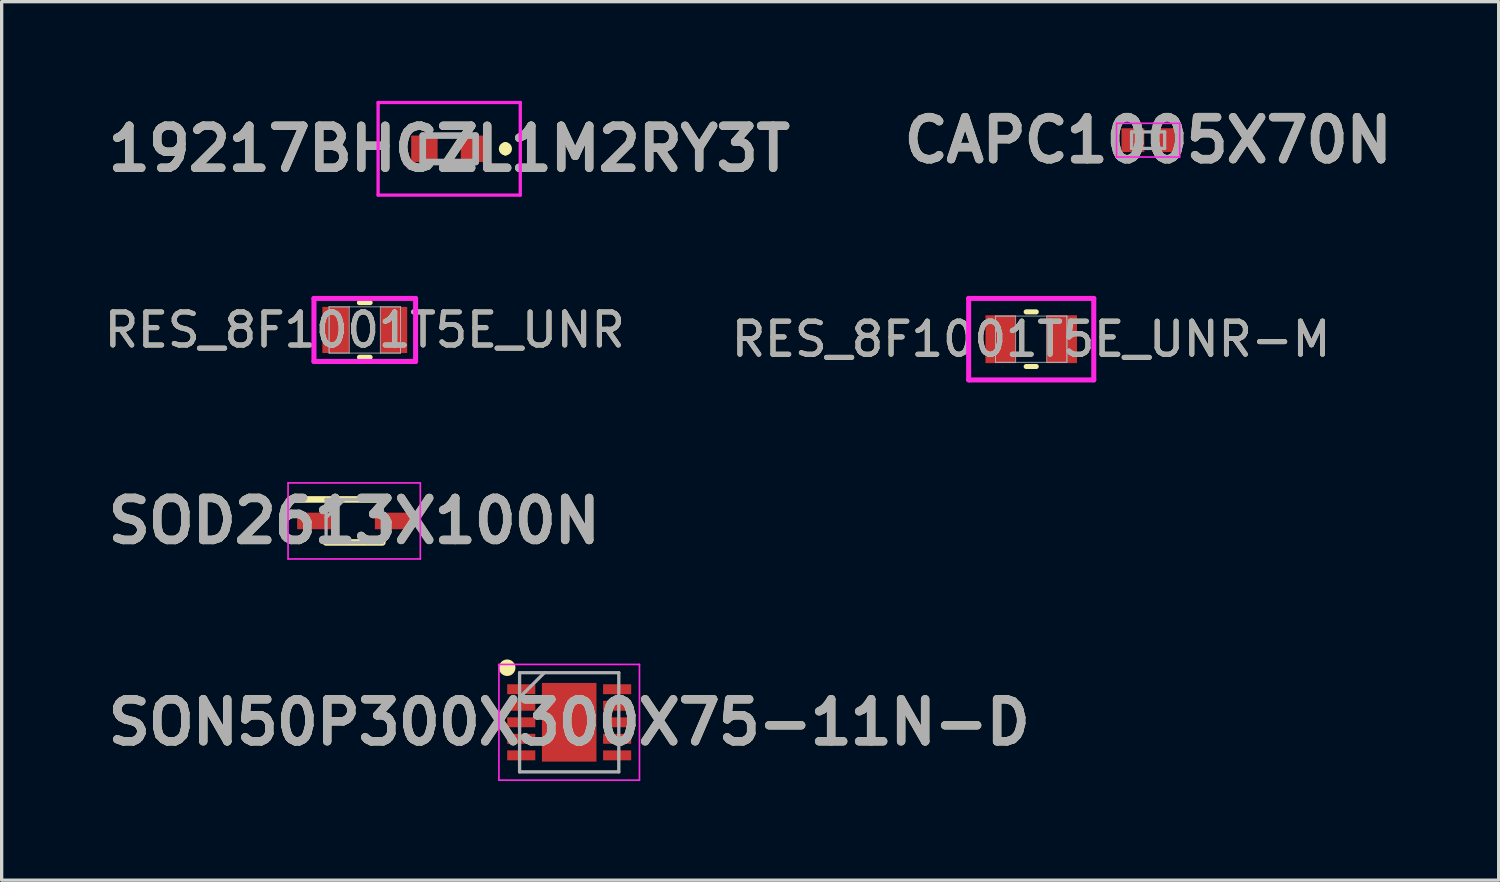
<source format=kicad_pcb>
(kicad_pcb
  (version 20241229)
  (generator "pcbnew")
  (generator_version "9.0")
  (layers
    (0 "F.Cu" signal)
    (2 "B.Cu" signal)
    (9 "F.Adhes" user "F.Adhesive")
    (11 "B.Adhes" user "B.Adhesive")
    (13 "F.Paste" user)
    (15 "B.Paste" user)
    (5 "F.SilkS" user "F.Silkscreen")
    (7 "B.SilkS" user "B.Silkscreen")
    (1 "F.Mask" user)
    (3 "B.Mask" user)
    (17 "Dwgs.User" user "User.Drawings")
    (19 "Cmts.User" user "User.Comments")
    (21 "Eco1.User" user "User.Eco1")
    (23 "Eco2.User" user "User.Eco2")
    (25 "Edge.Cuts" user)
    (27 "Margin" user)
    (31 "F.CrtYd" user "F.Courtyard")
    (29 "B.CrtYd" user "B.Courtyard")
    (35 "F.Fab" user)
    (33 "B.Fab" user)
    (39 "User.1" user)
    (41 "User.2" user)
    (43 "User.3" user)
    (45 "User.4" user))
  (footprint "19217BHCZL1M2RY3T"
    (layer "F.Cu")
    (at 10.535 1.45)
    (property "Reference" "19217BHCZL1M2RY3T" (at 0 0 0) (layer "F.SilkS") (effects (font (size 1.27 1.27) (thickness 0.254))))
    (attr smd)
    (fp_line (start 1.7 -0.1) (end 1.7 -0.1) (stroke (width 0.2) (type solid)) (layer "F.SilkS"))
    (fp_line (start 1.7 0.1) (end 1.7 0.1) (stroke (width 0.2) (type solid)) (layer "F.SilkS"))
    (fp_arc (start 1.7 -0.1) (mid 1.8 0) (end 1.7 0.1) (stroke (width 0.2) (type solid)) (layer "F.SilkS"))
    (fp_arc (start 1.7 0.1) (mid 1.6 0) (end 1.7 -0.1) (stroke (width 0.2) (type solid)) (layer "F.SilkS"))
    (fp_line (start -2.15 -1.4) (end -2.15 1.4) (stroke (width 0.1) (type solid)) (layer "F.CrtYd"))
    (fp_line (start -2.15 1.4) (end 2.15 1.4) (stroke (width 0.1) (type solid)) (layer "F.CrtYd"))
    (fp_line (start 2.15 -1.4) (end -2.15 -1.4) (stroke (width 0.1) (type solid)) (layer "F.CrtYd"))
    (fp_line (start 2.15 1.4) (end 2.15 -1.4) (stroke (width 0.1) (type solid)) (layer "F.CrtYd"))
    (fp_line (start -0.8 -0.4) (end -0.8 0.4) (stroke (width 0.2) (type solid)) (layer "F.Fab"))
    (fp_line (start -0.8 0.4) (end 0.8 0.4) (stroke (width 0.2) (type solid)) (layer "F.Fab"))
    (fp_line (start 0.8 -0.4) (end -0.8 -0.4) (stroke (width 0.2) (type solid)) (layer "F.Fab"))
    (fp_line (start 0.8 0.4) (end 0.8 -0.4) (stroke (width 0.2) (type solid)) (layer "F.Fab"))
    (fp_text user "${REFERENCE}" (at 0 0 0) (layer "F.Fab") (effects (font (size 1.27 1.27) (thickness 0.254))))
    (pad "1" smd rect (at 0.75 0 90) (size 0.8 0.8) (layers "F.Cu" "F.Mask" "F.Paste"))
    (pad "2" smd rect (at -0.75 0 90) (size 0.8 0.8) (layers "F.Cu" "F.Mask" "F.Paste")))
  (footprint "SON50P300X300X75-11N-D"
    (layer "F.Cu")
    (at 14.164 18.794)
    (property "Reference" "SON50P300X300X75-11N-D" (at 0 0 0) (layer "F.SilkS") (effects (font (size 1.27 1.27) (thickness 0.254))))
    (attr smd)
    (fp_circle (center -1.875 -1.65) (end -1.875 -1.525) (stroke (width 0.25) (type solid)) (fill no) (layer "F.SilkS"))
    (fp_line (start -2.125 -1.75) (end 2.125 -1.75) (stroke (width 0.05) (type solid)) (layer "F.CrtYd"))
    (fp_line (start -2.125 1.75) (end -2.125 -1.75) (stroke (width 0.05) (type solid)) (layer "F.CrtYd"))
    (fp_line (start 2.125 -1.75) (end 2.125 1.75) (stroke (width 0.05) (type solid)) (layer "F.CrtYd"))
    (fp_line (start 2.125 1.75) (end -2.125 1.75) (stroke (width 0.05) (type solid)) (layer "F.CrtYd"))
    (fp_line (start -1.5 -1.5) (end 1.5 -1.5) (stroke (width 0.1) (type solid)) (layer "F.Fab"))
    (fp_line (start -1.5 -0.75) (end -0.75 -1.5) (stroke (width 0.1) (type solid)) (layer "F.Fab"))
    (fp_line (start -1.5 1.5) (end -1.5 -1.5) (stroke (width 0.1) (type solid)) (layer "F.Fab"))
    (fp_line (start 1.5 -1.5) (end 1.5 1.5) (stroke (width 0.1) (type solid)) (layer "F.Fab"))
    (fp_line (start 1.5 1.5) (end -1.5 1.5) (stroke (width 0.1) (type solid)) (layer "F.Fab"))
    (fp_text user "${REFERENCE}" (at 0 0 0) (layer "F.Fab") (effects (font (size 1.27 1.27) (thickness 0.254))))
    (pad "1" smd rect (at -1.45 -1 90) (size 0.3 0.85) (layers "F.Cu" "F.Mask" "F.Paste"))
    (pad "2" smd rect (at -1.45 -0.5 90) (size 0.3 0.85) (layers "F.Cu" "F.Mask" "F.Paste"))
    (pad "3" smd rect (at -1.45 0 90) (size 0.3 0.85) (layers "F.Cu" "F.Mask" "F.Paste"))
    (pad "4" smd rect (at -1.45 0.5 90) (size 0.3 0.85) (layers "F.Cu" "F.Mask" "F.Paste"))
    (pad "5" smd rect (at -1.45 1 90) (size 0.3 0.85) (layers "F.Cu" "F.Mask" "F.Paste"))
    (pad "6" smd rect (at 1.45 1 90) (size 0.3 0.85) (layers "F.Cu" "F.Mask" "F.Paste"))
    (pad "7" smd rect (at 1.45 0.5 90) (size 0.3 0.85) (layers "F.Cu" "F.Mask" "F.Paste"))
    (pad "8" smd rect (at 1.45 0 90) (size 0.3 0.85) (layers "F.Cu" "F.Mask" "F.Paste"))
    (pad "9" smd rect (at 1.45 -0.5 90) (size 0.3 0.85) (layers "F.Cu" "F.Mask" "F.Paste"))
    (pad "10" smd rect (at 1.45 -1 90) (size 0.3 0.85) (layers "F.Cu" "F.Mask" "F.Paste"))
    (pad "11" smd rect (at 0 0) (size 1.65 2.38) (layers "F.Cu" "F.Mask" "F.Paste")))
  (footprint "SOD2613X100N"
    (layer "F.Cu")
    (at 7.662 12.705)
    (property "Reference" "SOD2613X100N" (at 0 0 0) (layer "F.SilkS") (effects (font (size 1.27 1.27) (thickness 0.254))))
    (attr smd)
    (fp_line (start -1.725 -0.65) (end 0.85 -0.65) (stroke (width 0.2) (type solid)) (layer "F.SilkS"))
    (fp_line (start -0.85 0.65) (end 0.85 0.65) (stroke (width 0.2) (type solid)) (layer "F.SilkS"))
    (fp_line (start -2 -1.15) (end 2 -1.15) (stroke (width 0.05) (type solid)) (layer "F.CrtYd"))
    (fp_line (start -2 1.15) (end -2 -1.15) (stroke (width 0.05) (type solid)) (layer "F.CrtYd"))
    (fp_line (start 2 -1.15) (end 2 1.15) (stroke (width 0.05) (type solid)) (layer "F.CrtYd"))
    (fp_line (start 2 1.15) (end -2 1.15) (stroke (width 0.05) (type solid)) (layer "F.CrtYd"))
    (fp_line (start -0.85 -0.65) (end 0.85 -0.65) (stroke (width 0.1) (type solid)) (layer "F.Fab"))
    (fp_line (start -0.85 -0.1) (end -0.3 -0.65) (stroke (width 0.1) (type solid)) (layer "F.Fab"))
    (fp_line (start -0.85 0.65) (end -0.85 -0.65) (stroke (width 0.1) (type solid)) (layer "F.Fab"))
    (fp_line (start 0.85 -0.65) (end 0.85 0.65) (stroke (width 0.1) (type solid)) (layer "F.Fab"))
    (fp_line (start 0.85 0.65) (end -0.85 0.65) (stroke (width 0.1) (type solid)) (layer "F.Fab"))
    (fp_text user "${REFERENCE}" (at 0 0 0) (layer "F.Fab") (effects (font (size 1.27 1.27) (thickness 0.254))))
    (pad "1" smd rect (at -1.175 0 90) (size 0.5 1.1) (layers "F.Cu" "F.Mask" "F.Paste"))
    (pad "2" smd rect (at 1.175 0 90) (size 0.5 1.1) (layers "F.Cu" "F.Mask" "F.Paste")))
  (footprint "CAPC1005X70N"
    (layer "F.Cu")
    (at 31.672 1.189)
    (property "Reference" "CAPC1005X70N" (at 0 0 0) (layer "F.SilkS") (effects (font (size 1.27 1.27) (thickness 0.254))))
    (attr smd)
    (fp_line (start -0.955 -0.51) (end 0.955 -0.51) (stroke (width 0.05) (type solid)) (layer "F.CrtYd"))
    (fp_line (start -0.955 0.51) (end -0.955 -0.51) (stroke (width 0.05) (type solid)) (layer "F.CrtYd"))
    (fp_line (start 0.955 -0.51) (end 0.955 0.51) (stroke (width 0.05) (type solid)) (layer "F.CrtYd"))
    (fp_line (start 0.955 0.51) (end -0.955 0.51) (stroke (width 0.05) (type solid)) (layer "F.CrtYd"))
    (fp_line (start -0.5 -0.25) (end 0.5 -0.25) (stroke (width 0.1) (type solid)) (layer "F.Fab"))
    (fp_line (start -0.5 0.25) (end -0.5 -0.25) (stroke (width 0.1) (type solid)) (layer "F.Fab"))
    (fp_line (start 0.5 -0.25) (end 0.5 0.25) (stroke (width 0.1) (type solid)) (layer "F.Fab"))
    (fp_line (start 0.5 0.25) (end -0.5 0.25) (stroke (width 0.1) (type solid)) (layer "F.Fab"))
    (fp_text user "${REFERENCE}" (at 0 0 0) (layer "F.Fab") (effects (font (size 1.27 1.27) (thickness 0.254))))
    (pad "1" smd rect (at -0.46 0) (size 0.69 0.72) (layers "F.Cu" "F.Mask" "F.Paste"))
    (pad "2" smd rect (at 0.46 0) (size 0.69 0.72) (layers "F.Cu" "F.Mask" "F.Paste")))
  (footprint "RES_8F1001T5E_UNR"
    (layer "F.Cu")
    (at 7.982 6.929)
    (property "Reference" "RES_8F1001T5E_UNR" (at 0 0 0) (unlocked yes) (layer "F.SilkS") (effects (font (size 1 1) (thickness 0.15))))
    (attr smd)
    (fp_line (start -0.162 0.826) (end 0.162 0.826) (stroke (width 0.152) (type solid)) (layer "F.SilkS"))
    (fp_line (start 0.162 -0.826) (end -0.162 -0.826) (stroke (width 0.152) (type solid)) (layer "F.SilkS"))
    (fp_line (start -1.537 -0.953) (end 1.537 -0.953) (stroke (width 0.152) (type solid)) (layer "F.CrtYd"))
    (fp_line (start -1.537 0.953) (end -1.537 -0.953) (stroke (width 0.152) (type solid)) (layer "F.CrtYd"))
    (fp_line (start 1.537 -0.953) (end 1.537 0.953) (stroke (width 0.152) (type solid)) (layer "F.CrtYd"))
    (fp_line (start 1.537 0.953) (end -1.537 0.953) (stroke (width 0.152) (type solid)) (layer "F.CrtYd"))
    (fp_line (start -1.079 -0.699) (end -1.079 0.699) (stroke (width 0.025) (type solid)) (layer "F.Fab"))
    (fp_line (start -1.079 -0.699) (end -1.079 0.699) (stroke (width 0.025) (type solid)) (layer "F.Fab"))
    (fp_line (start -1.079 0.699) (end -0.47 0.699) (stroke (width 0.025) (type solid)) (layer "F.Fab"))
    (fp_line (start -1.079 0.699) (end 1.079 0.699) (stroke (width 0.025) (type solid)) (layer "F.Fab"))
    (fp_line (start -0.47 -0.699) (end -1.079 -0.699) (stroke (width 0.025) (type solid)) (layer "F.Fab"))
    (fp_line (start -0.47 0.699) (end -0.47 -0.699) (stroke (width 0.025) (type solid)) (layer "F.Fab"))
    (fp_line (start 0.47 -0.699) (end 0.47 0.699) (stroke (width 0.025) (type solid)) (layer "F.Fab"))
    (fp_line (start 0.47 0.699) (end 1.079 0.699) (stroke (width 0.025) (type solid)) (layer "F.Fab"))
    (fp_line (start 1.079 -0.699) (end -1.079 -0.699) (stroke (width 0.025) (type solid)) (layer "F.Fab"))
    (fp_line (start 1.079 -0.699) (end 0.47 -0.699) (stroke (width 0.025) (type solid)) (layer "F.Fab"))
    (fp_line (start 1.079 0.699) (end 1.079 -0.699) (stroke (width 0.025) (type solid)) (layer "F.Fab"))
    (fp_line (start 1.079 0.699) (end 1.079 -0.699) (stroke (width 0.025) (type solid)) (layer "F.Fab"))
    (fp_text user "${REFERENCE}" (at 0 0 0) (unlocked yes) (layer "F.Fab") (effects (font (size 1 1) (thickness 0.15))))
    (pad "1" smd rect (at -0.876 0) (size 0.813 1.397) (layers "F.Cu" "F.Mask" "F.Paste"))
    (pad "2" smd rect (at 0.876 0) (size 0.813 1.397) (layers "F.Cu" "F.Mask" "F.Paste"))
    (zone (net_name "") (layer "F.Cu") (hatch full 0.508) (connect_pads) (min_thickness 0.254) (filled_areas_thickness no) (keepout (tracks not_allowed) (vias not_allowed) (pads allowed) (copperpour not_allowed) (footprints allowed)) (placement (enabled no)) (fill) (polygon (pts (xy 7.563 6.281) (xy 8.401 6.281) (xy 8.401 7.576) (xy 7.563 7.576)))))
  (footprint "RES_8F1001T5E_UNR-M"
    (layer "F.Cu")
    (at 28.137 7.208)
    (property "Reference" "RES_8F1001T5E_UNR-M" (at 0 0 0) (unlocked yes) (layer "F.SilkS") (effects (font (size 1 1) (thickness 0.15))))
    (attr smd)
    (fp_line (start -0.153 0.826) (end 0.153 0.826) (stroke (width 0.152) (type solid)) (layer "F.SilkS"))
    (fp_line (start 0.153 -0.826) (end -0.153 -0.826) (stroke (width 0.152) (type solid)) (layer "F.SilkS"))
    (fp_line (start -1.892 -1.232) (end 1.892 -1.232) (stroke (width 0.152) (type solid)) (layer "F.CrtYd"))
    (fp_line (start -1.892 1.232) (end -1.892 -1.232) (stroke (width 0.152) (type solid)) (layer "F.CrtYd"))
    (fp_line (start 1.892 -1.232) (end 1.892 1.232) (stroke (width 0.152) (type solid)) (layer "F.CrtYd"))
    (fp_line (start 1.892 1.232) (end -1.892 1.232) (stroke (width 0.152) (type solid)) (layer "F.CrtYd"))
    (fp_line (start -1.079 -0.699) (end -1.079 0.699) (stroke (width 0.025) (type solid)) (layer "F.Fab"))
    (fp_line (start -1.079 -0.699) (end -1.079 0.699) (stroke (width 0.025) (type solid)) (layer "F.Fab"))
    (fp_line (start -1.079 0.699) (end -0.47 0.699) (stroke (width 0.025) (type solid)) (layer "F.Fab"))
    (fp_line (start -1.079 0.699) (end 1.079 0.699) (stroke (width 0.025) (type solid)) (layer "F.Fab"))
    (fp_line (start -0.47 -0.699) (end -1.079 -0.699) (stroke (width 0.025) (type solid)) (layer "F.Fab"))
    (fp_line (start -0.47 0.699) (end -0.47 -0.699) (stroke (width 0.025) (type solid)) (layer "F.Fab"))
    (fp_line (start 0.47 -0.699) (end 0.47 0.699) (stroke (width 0.025) (type solid)) (layer "F.Fab"))
    (fp_line (start 0.47 0.699) (end 1.079 0.699) (stroke (width 0.025) (type solid)) (layer "F.Fab"))
    (fp_line (start 1.079 -0.699) (end -1.079 -0.699) (stroke (width 0.025) (type solid)) (layer "F.Fab"))
    (fp_line (start 1.079 -0.699) (end 0.47 -0.699) (stroke (width 0.025) (type solid)) (layer "F.Fab"))
    (fp_line (start 1.079 0.699) (end 1.079 -0.699) (stroke (width 0.025) (type solid)) (layer "F.Fab"))
    (fp_line (start 1.079 0.699) (end 1.079 -0.699) (stroke (width 0.025) (type solid)) (layer "F.Fab"))
    (fp_text user "${REFERENCE}" (at 0 0 0) (unlocked yes) (layer "F.Fab") (effects (font (size 1 1) (thickness 0.15))))
    (pad "1" smd rect (at -0.927 0) (size 0.914 1.448) (layers "F.Cu" "F.Mask" "F.Paste"))
    (pad "2" smd rect (at 0.927 0) (size 0.914 1.448) (layers "F.Cu" "F.Mask" "F.Paste"))
    (zone (net_name "") (layer "F.Cu") (hatch full 0.508) (connect_pads) (min_thickness 0.254) (filled_areas_thickness no) (keepout (tracks not_allowed) (vias not_allowed) (pads allowed) (copperpour not_allowed) (footprints allowed)) (placement (enabled no)) (fill) (polygon (pts (xy 27.718 6.56) (xy 28.556 6.56) (xy 28.556 7.856) (xy 27.718 7.856)))))
  (gr_rect
    (start -3 -3)
    (end 42.274 23.569)
    (stroke (width 0.1) (type default))
    (fill no)
    (layer "Edge.Cuts")))
</source>
